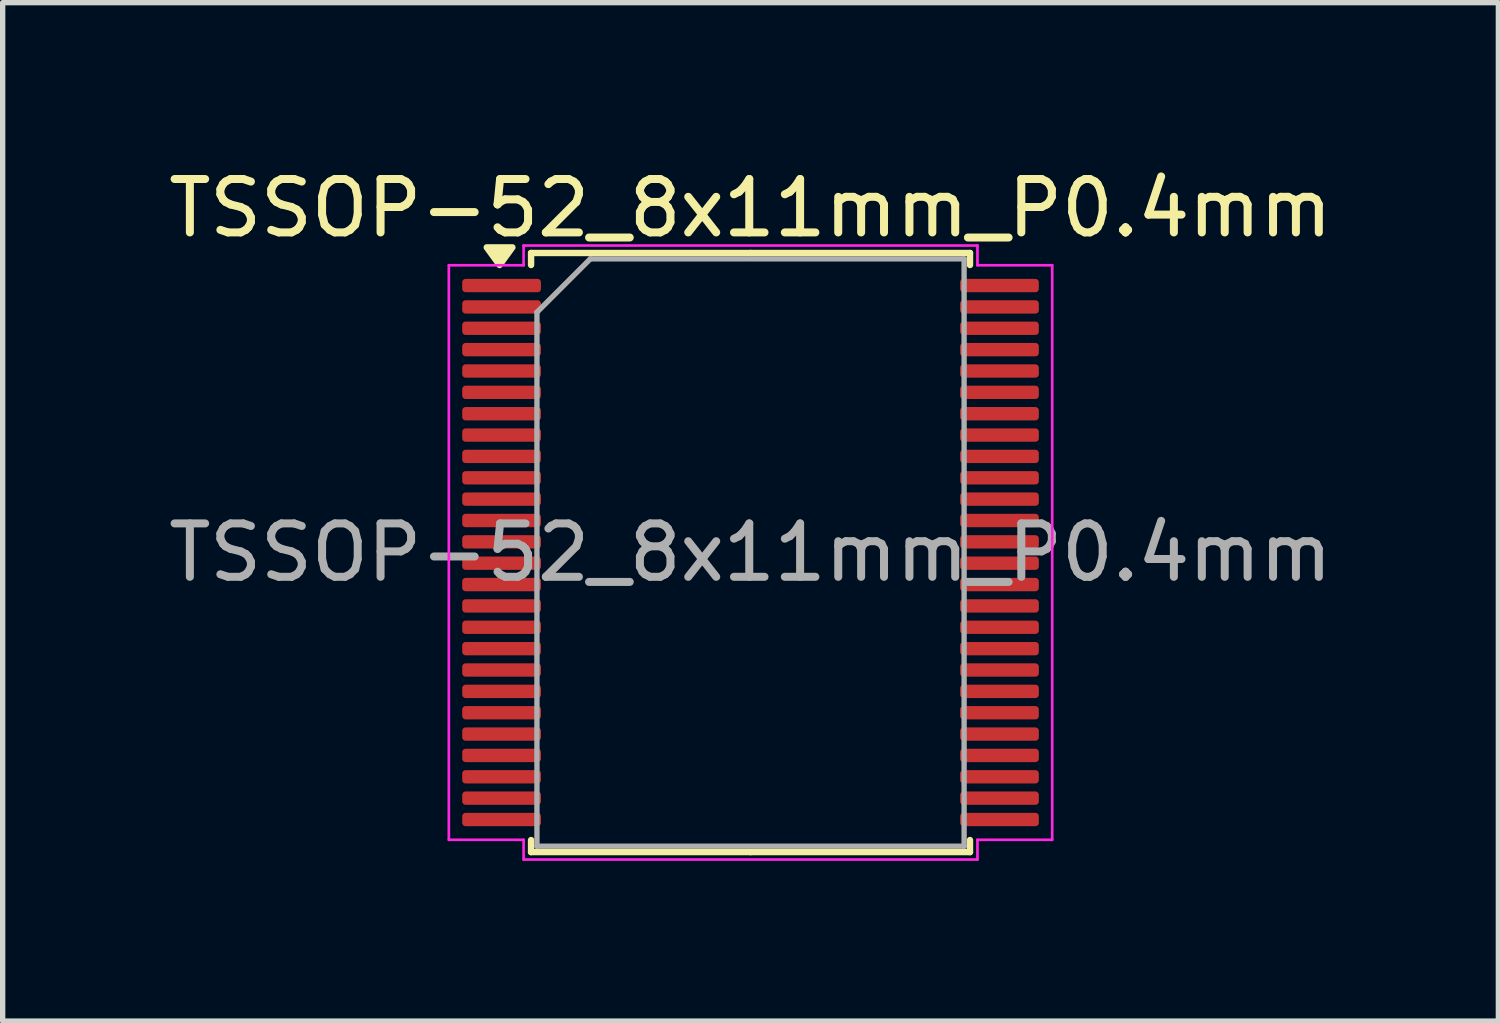
<source format=kicad_pcb>
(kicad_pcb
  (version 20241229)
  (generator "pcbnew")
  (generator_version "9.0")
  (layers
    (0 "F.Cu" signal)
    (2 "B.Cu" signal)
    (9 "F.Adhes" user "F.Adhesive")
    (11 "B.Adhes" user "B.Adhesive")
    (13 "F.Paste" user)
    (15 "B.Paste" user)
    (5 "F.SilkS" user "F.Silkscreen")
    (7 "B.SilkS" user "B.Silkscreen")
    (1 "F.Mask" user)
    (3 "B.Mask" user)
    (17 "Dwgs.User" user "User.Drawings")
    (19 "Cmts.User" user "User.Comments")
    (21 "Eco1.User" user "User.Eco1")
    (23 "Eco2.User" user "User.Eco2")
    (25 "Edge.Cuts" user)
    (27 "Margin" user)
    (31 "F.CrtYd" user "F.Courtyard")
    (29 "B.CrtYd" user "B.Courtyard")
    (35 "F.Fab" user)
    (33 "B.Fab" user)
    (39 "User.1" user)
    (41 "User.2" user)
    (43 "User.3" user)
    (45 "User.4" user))
  (footprint "TSSOP-52_8x11mm_P0.4mm"
    (layer "F.Cu")
    (at 11.006 7.298)
    (property "Reference" "TSSOP-52_8x11mm_P0.4mm" (at 0 -6.45 0) (layer "F.SilkS") (effects (font (size 1 1) (thickness 0.15))))
    (attr smd)
    (fp_line (start -4.11 -5.61) (end -4.11 -5.385) (stroke (width 0.12) (type solid)) (layer "F.SilkS"))
    (fp_line (start -4.11 5.61) (end -4.11 5.385) (stroke (width 0.12) (type solid)) (layer "F.SilkS"))
    (fp_line (start 0 -5.61) (end -4.11 -5.61) (stroke (width 0.12) (type solid)) (layer "F.SilkS"))
    (fp_line (start 0 -5.61) (end 4.11 -5.61) (stroke (width 0.12) (type solid)) (layer "F.SilkS"))
    (fp_line (start 0 5.61) (end -4.11 5.61) (stroke (width 0.12) (type solid)) (layer "F.SilkS"))
    (fp_line (start 0 5.61) (end 4.11 5.61) (stroke (width 0.12) (type solid)) (layer "F.SilkS"))
    (fp_line (start 4.11 -5.61) (end 4.11 -5.385) (stroke (width 0.12) (type solid)) (layer "F.SilkS"))
    (fp_line (start 4.11 5.61) (end 4.11 5.385) (stroke (width 0.12) (type solid)) (layer "F.SilkS"))
    (fp_poly (pts (xy -4.7 -5.385) (xy -4.94 -5.715) (xy -4.46 -5.715)) (stroke (width 0.12) (type solid)) (fill yes) (layer "F.SilkS"))
    (fp_line (start -5.65 -5.38) (end -4.25 -5.38) (stroke (width 0.05) (type solid)) (layer "F.CrtYd"))
    (fp_line (start -5.65 5.38) (end -5.65 -5.38) (stroke (width 0.05) (type solid)) (layer "F.CrtYd"))
    (fp_line (start -4.25 -5.75) (end 4.25 -5.75) (stroke (width 0.05) (type solid)) (layer "F.CrtYd"))
    (fp_line (start -4.25 -5.38) (end -4.25 -5.75) (stroke (width 0.05) (type solid)) (layer "F.CrtYd"))
    (fp_line (start -4.25 5.38) (end -5.65 5.38) (stroke (width 0.05) (type solid)) (layer "F.CrtYd"))
    (fp_line (start -4.25 5.75) (end -4.25 5.38) (stroke (width 0.05) (type solid)) (layer "F.CrtYd"))
    (fp_line (start 4.25 -5.75) (end 4.25 -5.38) (stroke (width 0.05) (type solid)) (layer "F.CrtYd"))
    (fp_line (start 4.25 -5.38) (end 5.65 -5.38) (stroke (width 0.05) (type solid)) (layer "F.CrtYd"))
    (fp_line (start 4.25 5.38) (end 4.25 5.75) (stroke (width 0.05) (type solid)) (layer "F.CrtYd"))
    (fp_line (start 4.25 5.75) (end -4.25 5.75) (stroke (width 0.05) (type solid)) (layer "F.CrtYd"))
    (fp_line (start 5.65 -5.38) (end 5.65 5.38) (stroke (width 0.05) (type solid)) (layer "F.CrtYd"))
    (fp_line (start 5.65 5.38) (end 4.25 5.38) (stroke (width 0.05) (type solid)) (layer "F.CrtYd"))
    (fp_line (start -4 -4.5) (end -3 -5.5) (stroke (width 0.1) (type solid)) (layer "F.Fab"))
    (fp_line (start -4 5.5) (end -4 -4.5) (stroke (width 0.1) (type solid)) (layer "F.Fab"))
    (fp_line (start -3 -5.5) (end 4 -5.5) (stroke (width 0.1) (type solid)) (layer "F.Fab"))
    (fp_line (start 4 -5.5) (end 4 5.5) (stroke (width 0.1) (type solid)) (layer "F.Fab"))
    (fp_line (start 4 5.5) (end -4 5.5) (stroke (width 0.1) (type solid)) (layer "F.Fab"))
    (fp_text user "${REFERENCE}" (at 0 0 0) (layer "F.Fab") (effects (font (size 1 1) (thickness 0.15))))
    (pad "1" smd roundrect (at -4.662 -5) (size 1.475 0.25) (layers "F.Cu" "F.Mask" "F.Paste") (roundrect_rratio 0.25))
    (pad "2" smd roundrect (at -4.662 -4.6) (size 1.475 0.25) (layers "F.Cu" "F.Mask" "F.Paste") (roundrect_rratio 0.25))
    (pad "3" smd roundrect (at -4.662 -4.2) (size 1.475 0.25) (layers "F.Cu" "F.Mask" "F.Paste") (roundrect_rratio 0.25))
    (pad "4" smd roundrect (at -4.662 -3.8) (size 1.475 0.25) (layers "F.Cu" "F.Mask" "F.Paste") (roundrect_rratio 0.25))
    (pad "5" smd roundrect (at -4.662 -3.4) (size 1.475 0.25) (layers "F.Cu" "F.Mask" "F.Paste") (roundrect_rratio 0.25))
    (pad "6" smd roundrect (at -4.662 -3) (size 1.475 0.25) (layers "F.Cu" "F.Mask" "F.Paste") (roundrect_rratio 0.25))
    (pad "7" smd roundrect (at -4.662 -2.6) (size 1.475 0.25) (layers "F.Cu" "F.Mask" "F.Paste") (roundrect_rratio 0.25))
    (pad "8" smd roundrect (at -4.662 -2.2) (size 1.475 0.25) (layers "F.Cu" "F.Mask" "F.Paste") (roundrect_rratio 0.25))
    (pad "9" smd roundrect (at -4.662 -1.8) (size 1.475 0.25) (layers "F.Cu" "F.Mask" "F.Paste") (roundrect_rratio 0.25))
    (pad "10" smd roundrect (at -4.662 -1.4) (size 1.475 0.25) (layers "F.Cu" "F.Mask" "F.Paste") (roundrect_rratio 0.25))
    (pad "11" smd roundrect (at -4.662 -1) (size 1.475 0.25) (layers "F.Cu" "F.Mask" "F.Paste") (roundrect_rratio 0.25))
    (pad "12" smd roundrect (at -4.662 -0.6) (size 1.475 0.25) (layers "F.Cu" "F.Mask" "F.Paste") (roundrect_rratio 0.25))
    (pad "13" smd roundrect (at -4.662 -0.2) (size 1.475 0.25) (layers "F.Cu" "F.Mask" "F.Paste") (roundrect_rratio 0.25))
    (pad "14" smd roundrect (at -4.662 0.2) (size 1.475 0.25) (layers "F.Cu" "F.Mask" "F.Paste") (roundrect_rratio 0.25))
    (pad "15" smd roundrect (at -4.662 0.6) (size 1.475 0.25) (layers "F.Cu" "F.Mask" "F.Paste") (roundrect_rratio 0.25))
    (pad "16" smd roundrect (at -4.662 1) (size 1.475 0.25) (layers "F.Cu" "F.Mask" "F.Paste") (roundrect_rratio 0.25))
    (pad "17" smd roundrect (at -4.662 1.4) (size 1.475 0.25) (layers "F.Cu" "F.Mask" "F.Paste") (roundrect_rratio 0.25))
    (pad "18" smd roundrect (at -4.662 1.8) (size 1.475 0.25) (layers "F.Cu" "F.Mask" "F.Paste") (roundrect_rratio 0.25))
    (pad "19" smd roundrect (at -4.662 2.2) (size 1.475 0.25) (layers "F.Cu" "F.Mask" "F.Paste") (roundrect_rratio 0.25))
    (pad "20" smd roundrect (at -4.662 2.6) (size 1.475 0.25) (layers "F.Cu" "F.Mask" "F.Paste") (roundrect_rratio 0.25))
    (pad "21" smd roundrect (at -4.662 3) (size 1.475 0.25) (layers "F.Cu" "F.Mask" "F.Paste") (roundrect_rratio 0.25))
    (pad "22" smd roundrect (at -4.662 3.4) (size 1.475 0.25) (layers "F.Cu" "F.Mask" "F.Paste") (roundrect_rratio 0.25))
    (pad "23" smd roundrect (at -4.662 3.8) (size 1.475 0.25) (layers "F.Cu" "F.Mask" "F.Paste") (roundrect_rratio 0.25))
    (pad "24" smd roundrect (at -4.662 4.2) (size 1.475 0.25) (layers "F.Cu" "F.Mask" "F.Paste") (roundrect_rratio 0.25))
    (pad "25" smd roundrect (at -4.662 4.6) (size 1.475 0.25) (layers "F.Cu" "F.Mask" "F.Paste") (roundrect_rratio 0.25))
    (pad "26" smd roundrect (at -4.662 5) (size 1.475 0.25) (layers "F.Cu" "F.Mask" "F.Paste") (roundrect_rratio 0.25))
    (pad "27" smd roundrect (at 4.662 5) (size 1.475 0.25) (layers "F.Cu" "F.Mask" "F.Paste") (roundrect_rratio 0.25))
    (pad "28" smd roundrect (at 4.662 4.6) (size 1.475 0.25) (layers "F.Cu" "F.Mask" "F.Paste") (roundrect_rratio 0.25))
    (pad "29" smd roundrect (at 4.662 4.2) (size 1.475 0.25) (layers "F.Cu" "F.Mask" "F.Paste") (roundrect_rratio 0.25))
    (pad "30" smd roundrect (at 4.662 3.8) (size 1.475 0.25) (layers "F.Cu" "F.Mask" "F.Paste") (roundrect_rratio 0.25))
    (pad "31" smd roundrect (at 4.662 3.4) (size 1.475 0.25) (layers "F.Cu" "F.Mask" "F.Paste") (roundrect_rratio 0.25))
    (pad "32" smd roundrect (at 4.662 3) (size 1.475 0.25) (layers "F.Cu" "F.Mask" "F.Paste") (roundrect_rratio 0.25))
    (pad "33" smd roundrect (at 4.662 2.6) (size 1.475 0.25) (layers "F.Cu" "F.Mask" "F.Paste") (roundrect_rratio 0.25))
    (pad "34" smd roundrect (at 4.662 2.2) (size 1.475 0.25) (layers "F.Cu" "F.Mask" "F.Paste") (roundrect_rratio 0.25))
    (pad "35" smd roundrect (at 4.662 1.8) (size 1.475 0.25) (layers "F.Cu" "F.Mask" "F.Paste") (roundrect_rratio 0.25))
    (pad "36" smd roundrect (at 4.662 1.4) (size 1.475 0.25) (layers "F.Cu" "F.Mask" "F.Paste") (roundrect_rratio 0.25))
    (pad "37" smd roundrect (at 4.662 1) (size 1.475 0.25) (layers "F.Cu" "F.Mask" "F.Paste") (roundrect_rratio 0.25))
    (pad "38" smd roundrect (at 4.662 0.6) (size 1.475 0.25) (layers "F.Cu" "F.Mask" "F.Paste") (roundrect_rratio 0.25))
    (pad "39" smd roundrect (at 4.662 0.2) (size 1.475 0.25) (layers "F.Cu" "F.Mask" "F.Paste") (roundrect_rratio 0.25))
    (pad "40" smd roundrect (at 4.662 -0.2) (size 1.475 0.25) (layers "F.Cu" "F.Mask" "F.Paste") (roundrect_rratio 0.25))
    (pad "41" smd roundrect (at 4.662 -0.6) (size 1.475 0.25) (layers "F.Cu" "F.Mask" "F.Paste") (roundrect_rratio 0.25))
    (pad "42" smd roundrect (at 4.662 -1) (size 1.475 0.25) (layers "F.Cu" "F.Mask" "F.Paste") (roundrect_rratio 0.25))
    (pad "43" smd roundrect (at 4.662 -1.4) (size 1.475 0.25) (layers "F.Cu" "F.Mask" "F.Paste") (roundrect_rratio 0.25))
    (pad "44" smd roundrect (at 4.662 -1.8) (size 1.475 0.25) (layers "F.Cu" "F.Mask" "F.Paste") (roundrect_rratio 0.25))
    (pad "45" smd roundrect (at 4.662 -2.2) (size 1.475 0.25) (layers "F.Cu" "F.Mask" "F.Paste") (roundrect_rratio 0.25))
    (pad "46" smd roundrect (at 4.662 -2.6) (size 1.475 0.25) (layers "F.Cu" "F.Mask" "F.Paste") (roundrect_rratio 0.25))
    (pad "47" smd roundrect (at 4.662 -3) (size 1.475 0.25) (layers "F.Cu" "F.Mask" "F.Paste") (roundrect_rratio 0.25))
    (pad "48" smd roundrect (at 4.662 -3.4) (size 1.475 0.25) (layers "F.Cu" "F.Mask" "F.Paste") (roundrect_rratio 0.25))
    (pad "49" smd roundrect (at 4.662 -3.8) (size 1.475 0.25) (layers "F.Cu" "F.Mask" "F.Paste") (roundrect_rratio 0.25))
    (pad "50" smd roundrect (at 4.662 -4.2) (size 1.475 0.25) (layers "F.Cu" "F.Mask" "F.Paste") (roundrect_rratio 0.25))
    (pad "51" smd roundrect (at 4.662 -4.6) (size 1.475 0.25) (layers "F.Cu" "F.Mask" "F.Paste") (roundrect_rratio 0.25))
    (pad "52" smd roundrect (at 4.662 -5) (size 1.475 0.25) (layers "F.Cu" "F.Mask" "F.Paste") (roundrect_rratio 0.25)))
  (gr_rect
    (start -3 -3)
    (end 25.012 16.073)
    (stroke (width 0.1) (type default))
    (fill no)
    (layer "Edge.Cuts")))
</source>
